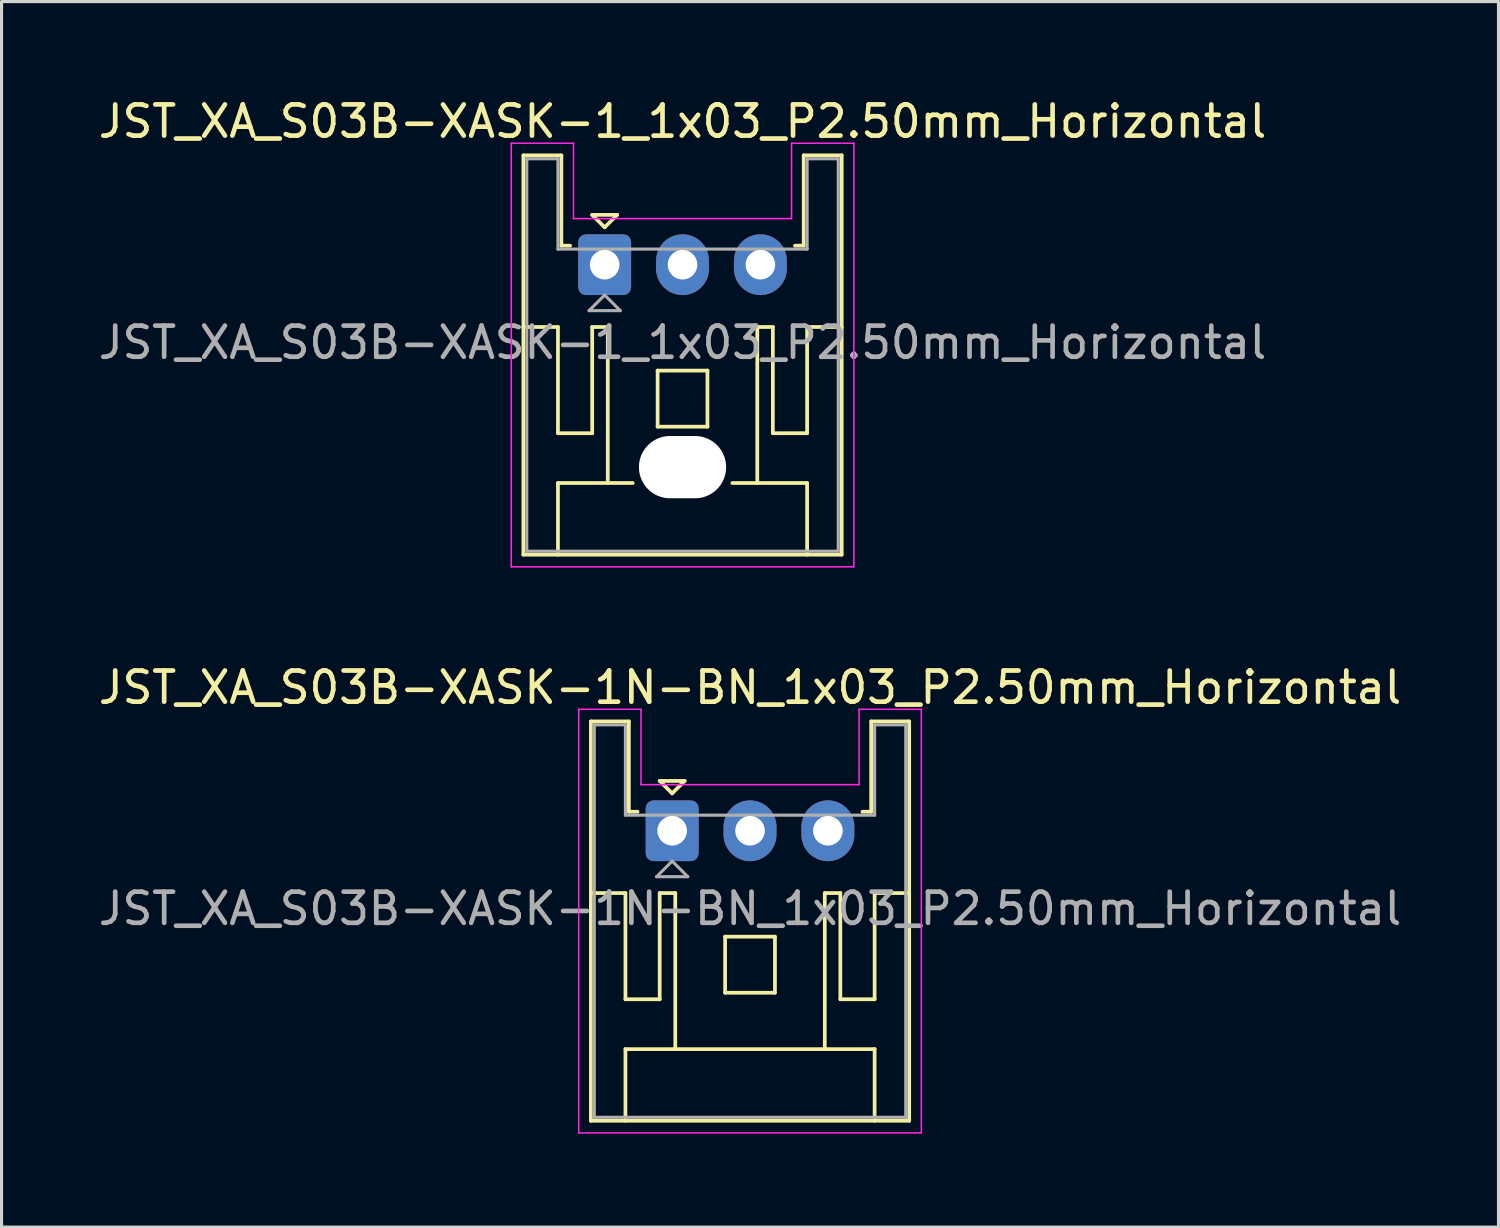
<source format=kicad_pcb>
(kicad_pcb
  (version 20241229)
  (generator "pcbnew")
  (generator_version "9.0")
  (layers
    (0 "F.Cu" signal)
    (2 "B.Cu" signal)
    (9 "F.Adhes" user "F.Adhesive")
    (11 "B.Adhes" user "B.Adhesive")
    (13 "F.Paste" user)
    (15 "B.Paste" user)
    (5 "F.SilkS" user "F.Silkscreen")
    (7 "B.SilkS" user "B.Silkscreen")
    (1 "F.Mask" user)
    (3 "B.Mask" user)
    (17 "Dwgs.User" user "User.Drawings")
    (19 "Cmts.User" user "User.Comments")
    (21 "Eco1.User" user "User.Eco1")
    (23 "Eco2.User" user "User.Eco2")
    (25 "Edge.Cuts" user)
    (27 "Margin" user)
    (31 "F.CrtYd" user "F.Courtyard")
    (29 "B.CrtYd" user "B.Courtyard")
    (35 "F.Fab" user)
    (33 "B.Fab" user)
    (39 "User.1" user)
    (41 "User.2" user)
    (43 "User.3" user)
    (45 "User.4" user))
  (footprint "JST_XA_S03B-XASK-1_1x03_P2.50mm_Horizontal"
    (layer "F.Cu")
    (at 16.363 5.448)
    (property "Reference" "JST_XA_S03B-XASK-1_1x03_P2.50mm_Horizontal" (at 2.5 -4.6 0) (layer "F.SilkS") (effects (font (size 1 1) (thickness 0.15))))
    (attr through_hole)
    (fp_line (start -2.61 -3.51) (end -2.61 9.31) (stroke (width 0.12) (type solid)) (layer "F.SilkS"))
    (fp_line (start -2.61 9.31) (end 7.61 9.31) (stroke (width 0.12) (type solid)) (layer "F.SilkS"))
    (fp_line (start -1.5 2) (end -2.61 2) (stroke (width 0.12) (type solid)) (layer "F.SilkS"))
    (fp_line (start -1.5 5.41) (end -1.5 2) (stroke (width 0.12) (type solid)) (layer "F.SilkS"))
    (fp_line (start -1.5 7.01) (end 0.9 7.01) (stroke (width 0.12) (type solid)) (layer "F.SilkS"))
    (fp_line (start -1.5 9.31) (end -1.5 7.01) (stroke (width 0.12) (type solid)) (layer "F.SilkS"))
    (fp_line (start -1.39 -3.51) (end -2.61 -3.51) (stroke (width 0.12) (type solid)) (layer "F.SilkS"))
    (fp_line (start -1.39 -0.61) (end -1.39 -3.51) (stroke (width 0.12) (type solid)) (layer "F.SilkS"))
    (fp_line (start -1.11 -0.61) (end -1.39 -0.61) (stroke (width 0.12) (type solid)) (layer "F.SilkS"))
    (fp_line (start -0.4 -1.6) (end 0.4 -1.6) (stroke (width 0.12) (type solid)) (layer "F.SilkS"))
    (fp_line (start -0.4 2) (end -0.4 5.41) (stroke (width 0.12) (type solid)) (layer "F.SilkS"))
    (fp_line (start -0.4 5.41) (end -1.5 5.41) (stroke (width 0.12) (type solid)) (layer "F.SilkS"))
    (fp_line (start 0 -1.2) (end -0.4 -1.6) (stroke (width 0.12) (type solid)) (layer "F.SilkS"))
    (fp_line (start 0.1 2) (end -0.4 2) (stroke (width 0.12) (type solid)) (layer "F.SilkS"))
    (fp_line (start 0.1 7.01) (end 0.1 2) (stroke (width 0.12) (type solid)) (layer "F.SilkS"))
    (fp_line (start 0.4 -1.6) (end 0 -1.2) (stroke (width 0.12) (type solid)) (layer "F.SilkS"))
    (fp_line (start 1.7 3.4) (end 3.3 3.4) (stroke (width 0.12) (type solid)) (layer "F.SilkS"))
    (fp_line (start 1.7 5.2) (end 1.7 3.4) (stroke (width 0.12) (type solid)) (layer "F.SilkS"))
    (fp_line (start 3.3 3.4) (end 3.3 5.2) (stroke (width 0.12) (type solid)) (layer "F.SilkS"))
    (fp_line (start 3.3 5.2) (end 1.7 5.2) (stroke (width 0.12) (type solid)) (layer "F.SilkS"))
    (fp_line (start 4.1 7.01) (end 6.5 7.01) (stroke (width 0.12) (type solid)) (layer "F.SilkS"))
    (fp_line (start 4.9 2) (end 5.4 2) (stroke (width 0.12) (type solid)) (layer "F.SilkS"))
    (fp_line (start 4.9 7.01) (end 4.9 2) (stroke (width 0.12) (type solid)) (layer "F.SilkS"))
    (fp_line (start 5.4 2) (end 5.4 5.41) (stroke (width 0.12) (type solid)) (layer "F.SilkS"))
    (fp_line (start 5.4 5.41) (end 6.5 5.41) (stroke (width 0.12) (type solid)) (layer "F.SilkS"))
    (fp_line (start 6.39 -3.51) (end 6.39 -0.61) (stroke (width 0.12) (type solid)) (layer "F.SilkS"))
    (fp_line (start 6.39 -0.61) (end 6.11 -0.61) (stroke (width 0.12) (type solid)) (layer "F.SilkS"))
    (fp_line (start 6.5 2) (end 7.61 2) (stroke (width 0.12) (type solid)) (layer "F.SilkS"))
    (fp_line (start 6.5 5.41) (end 6.5 2) (stroke (width 0.12) (type solid)) (layer "F.SilkS"))
    (fp_line (start 6.5 7.01) (end 6.5 9.31) (stroke (width 0.12) (type solid)) (layer "F.SilkS"))
    (fp_line (start 7.61 -3.51) (end 6.39 -3.51) (stroke (width 0.12) (type solid)) (layer "F.SilkS"))
    (fp_line (start 7.61 9.31) (end 7.61 -3.51) (stroke (width 0.12) (type solid)) (layer "F.SilkS"))
    (fp_line (start -3 -3.9) (end -3 9.7) (stroke (width 0.05) (type solid)) (layer "F.CrtYd"))
    (fp_line (start -3 9.7) (end 8 9.7) (stroke (width 0.05) (type solid)) (layer "F.CrtYd"))
    (fp_line (start -1 -3.9) (end -3 -3.9) (stroke (width 0.05) (type solid)) (layer "F.CrtYd"))
    (fp_line (start -1 -1.48) (end -1 -3.9) (stroke (width 0.05) (type solid)) (layer "F.CrtYd"))
    (fp_line (start 6 -3.9) (end 6 -1.48) (stroke (width 0.05) (type solid)) (layer "F.CrtYd"))
    (fp_line (start 6 -1.48) (end -1 -1.48) (stroke (width 0.05) (type solid)) (layer "F.CrtYd"))
    (fp_line (start 8 -3.9) (end 6 -3.9) (stroke (width 0.05) (type solid)) (layer "F.CrtYd"))
    (fp_line (start 8 9.7) (end 8 -3.9) (stroke (width 0.05) (type solid)) (layer "F.CrtYd"))
    (fp_line (start -2.5 -3.4) (end -2.5 9.2) (stroke (width 0.1) (type solid)) (layer "F.Fab"))
    (fp_line (start -2.5 9.2) (end 7.5 9.2) (stroke (width 0.1) (type solid)) (layer "F.Fab"))
    (fp_line (start -1.5 -3.4) (end -2.5 -3.4) (stroke (width 0.1) (type solid)) (layer "F.Fab"))
    (fp_line (start -1.5 -0.5) (end -1.5 -3.4) (stroke (width 0.1) (type solid)) (layer "F.Fab"))
    (fp_line (start -0.5 1.475) (end 0.5 1.475) (stroke (width 0.1) (type solid)) (layer "F.Fab"))
    (fp_line (start 0 0.975) (end -0.5 1.475) (stroke (width 0.1) (type solid)) (layer "F.Fab"))
    (fp_line (start 0.5 1.475) (end 0 0.975) (stroke (width 0.1) (type solid)) (layer "F.Fab"))
    (fp_line (start 6.5 -3.4) (end 6.5 -0.5) (stroke (width 0.1) (type solid)) (layer "F.Fab"))
    (fp_line (start 6.5 -0.5) (end -1.5 -0.5) (stroke (width 0.1) (type solid)) (layer "F.Fab"))
    (fp_line (start 7.5 -3.4) (end 6.5 -3.4) (stroke (width 0.1) (type solid)) (layer "F.Fab"))
    (fp_line (start 7.5 9.2) (end 7.5 -3.4) (stroke (width 0.1) (type solid)) (layer "F.Fab"))
    (fp_text user "${REFERENCE}" (at 2.5 2.5 0) (layer "F.Fab") (effects (font (size 1 1) (thickness 0.15))))
    (pad "" np_thru_hole oval (at 2.5 6.5) (size 2.8 2) (drill oval 2.8 2) (layers "*.Cu" "*.Mask"))
    (pad "1" thru_hole roundrect (at 0 0) (size 1.7 1.95) (drill 0.95) (layers "*.Cu" "*.Mask") (roundrect_rratio 0.147))
    (pad "2" thru_hole oval (at 2.5 0) (size 1.7 1.95) (drill 0.95) (layers "*.Cu" "*.Mask"))
    (pad "3" thru_hole oval (at 5 0) (size 1.7 1.95) (drill 0.95) (layers "*.Cu" "*.Mask")))
  (footprint "JST_XA_S03B-XASK-1N-BN_1x03_P2.50mm_Horizontal"
    (layer "F.Cu")
    (at 18.53 23.622)
    (property "Reference" "JST_XA_S03B-XASK-1N-BN_1x03_P2.50mm_Horizontal" (at 2.5 -4.6 0) (layer "F.SilkS") (effects (font (size 1 1) (thickness 0.15))))
    (attr through_hole)
    (fp_line (start -2.61 -3.51) (end -2.61 9.31) (stroke (width 0.12) (type solid)) (layer "F.SilkS"))
    (fp_line (start -2.61 9.31) (end 7.61 9.31) (stroke (width 0.12) (type solid)) (layer "F.SilkS"))
    (fp_line (start -1.5 2) (end -2.61 2) (stroke (width 0.12) (type solid)) (layer "F.SilkS"))
    (fp_line (start -1.5 5.41) (end -1.5 2) (stroke (width 0.12) (type solid)) (layer "F.SilkS"))
    (fp_line (start -1.5 7.01) (end 6.5 7.01) (stroke (width 0.12) (type solid)) (layer "F.SilkS"))
    (fp_line (start -1.5 9.31) (end -1.5 7.01) (stroke (width 0.12) (type solid)) (layer "F.SilkS"))
    (fp_line (start -1.39 -3.51) (end -2.61 -3.51) (stroke (width 0.12) (type solid)) (layer "F.SilkS"))
    (fp_line (start -1.39 -0.61) (end -1.39 -3.51) (stroke (width 0.12) (type solid)) (layer "F.SilkS"))
    (fp_line (start -1.11 -0.61) (end -1.39 -0.61) (stroke (width 0.12) (type solid)) (layer "F.SilkS"))
    (fp_line (start -0.4 -1.6) (end 0.4 -1.6) (stroke (width 0.12) (type solid)) (layer "F.SilkS"))
    (fp_line (start -0.4 2) (end -0.4 5.41) (stroke (width 0.12) (type solid)) (layer "F.SilkS"))
    (fp_line (start -0.4 5.41) (end -1.5 5.41) (stroke (width 0.12) (type solid)) (layer "F.SilkS"))
    (fp_line (start 0 -1.2) (end -0.4 -1.6) (stroke (width 0.12) (type solid)) (layer "F.SilkS"))
    (fp_line (start 0.1 2) (end -0.4 2) (stroke (width 0.12) (type solid)) (layer "F.SilkS"))
    (fp_line (start 0.1 7.01) (end 0.1 2) (stroke (width 0.12) (type solid)) (layer "F.SilkS"))
    (fp_line (start 0.4 -1.6) (end 0 -1.2) (stroke (width 0.12) (type solid)) (layer "F.SilkS"))
    (fp_line (start 1.7 3.4) (end 3.3 3.4) (stroke (width 0.12) (type solid)) (layer "F.SilkS"))
    (fp_line (start 1.7 5.2) (end 1.7 3.4) (stroke (width 0.12) (type solid)) (layer "F.SilkS"))
    (fp_line (start 3.3 3.4) (end 3.3 5.2) (stroke (width 0.12) (type solid)) (layer "F.SilkS"))
    (fp_line (start 3.3 5.2) (end 1.7 5.2) (stroke (width 0.12) (type solid)) (layer "F.SilkS"))
    (fp_line (start 4.9 2) (end 5.4 2) (stroke (width 0.12) (type solid)) (layer "F.SilkS"))
    (fp_line (start 4.9 7.01) (end 4.9 2) (stroke (width 0.12) (type solid)) (layer "F.SilkS"))
    (fp_line (start 5.4 2) (end 5.4 5.41) (stroke (width 0.12) (type solid)) (layer "F.SilkS"))
    (fp_line (start 5.4 5.41) (end 6.5 5.41) (stroke (width 0.12) (type solid)) (layer "F.SilkS"))
    (fp_line (start 6.39 -3.51) (end 6.39 -0.61) (stroke (width 0.12) (type solid)) (layer "F.SilkS"))
    (fp_line (start 6.39 -0.61) (end 6.11 -0.61) (stroke (width 0.12) (type solid)) (layer "F.SilkS"))
    (fp_line (start 6.5 2) (end 7.61 2) (stroke (width 0.12) (type solid)) (layer "F.SilkS"))
    (fp_line (start 6.5 5.41) (end 6.5 2) (stroke (width 0.12) (type solid)) (layer "F.SilkS"))
    (fp_line (start 6.5 7.01) (end 6.5 9.31) (stroke (width 0.12) (type solid)) (layer "F.SilkS"))
    (fp_line (start 7.61 -3.51) (end 6.39 -3.51) (stroke (width 0.12) (type solid)) (layer "F.SilkS"))
    (fp_line (start 7.61 9.31) (end 7.61 -3.51) (stroke (width 0.12) (type solid)) (layer "F.SilkS"))
    (fp_line (start -3 -3.9) (end -3 9.7) (stroke (width 0.05) (type solid)) (layer "F.CrtYd"))
    (fp_line (start -3 9.7) (end 8 9.7) (stroke (width 0.05) (type solid)) (layer "F.CrtYd"))
    (fp_line (start -1 -3.9) (end -3 -3.9) (stroke (width 0.05) (type solid)) (layer "F.CrtYd"))
    (fp_line (start -1 -1.48) (end -1 -3.9) (stroke (width 0.05) (type solid)) (layer "F.CrtYd"))
    (fp_line (start 6 -3.9) (end 6 -1.48) (stroke (width 0.05) (type solid)) (layer "F.CrtYd"))
    (fp_line (start 6 -1.48) (end -1 -1.48) (stroke (width 0.05) (type solid)) (layer "F.CrtYd"))
    (fp_line (start 8 -3.9) (end 6 -3.9) (stroke (width 0.05) (type solid)) (layer "F.CrtYd"))
    (fp_line (start 8 9.7) (end 8 -3.9) (stroke (width 0.05) (type solid)) (layer "F.CrtYd"))
    (fp_line (start -2.5 -3.4) (end -2.5 9.2) (stroke (width 0.1) (type solid)) (layer "F.Fab"))
    (fp_line (start -2.5 9.2) (end 7.5 9.2) (stroke (width 0.1) (type solid)) (layer "F.Fab"))
    (fp_line (start -1.5 -3.4) (end -2.5 -3.4) (stroke (width 0.1) (type solid)) (layer "F.Fab"))
    (fp_line (start -1.5 -0.5) (end -1.5 -3.4) (stroke (width 0.1) (type solid)) (layer "F.Fab"))
    (fp_line (start -0.5 1.475) (end 0.5 1.475) (stroke (width 0.1) (type solid)) (layer "F.Fab"))
    (fp_line (start 0 0.975) (end -0.5 1.475) (stroke (width 0.1) (type solid)) (layer "F.Fab"))
    (fp_line (start 0.5 1.475) (end 0 0.975) (stroke (width 0.1) (type solid)) (layer "F.Fab"))
    (fp_line (start 6.5 -3.4) (end 6.5 -0.5) (stroke (width 0.1) (type solid)) (layer "F.Fab"))
    (fp_line (start 6.5 -0.5) (end -1.5 -0.5) (stroke (width 0.1) (type solid)) (layer "F.Fab"))
    (fp_line (start 7.5 -3.4) (end 6.5 -3.4) (stroke (width 0.1) (type solid)) (layer "F.Fab"))
    (fp_line (start 7.5 9.2) (end 7.5 -3.4) (stroke (width 0.1) (type solid)) (layer "F.Fab"))
    (fp_text user "${REFERENCE}" (at 2.5 2.5 0) (layer "F.Fab") (effects (font (size 1 1) (thickness 0.15))))
    (pad "1" thru_hole roundrect (at 0 0) (size 1.7 1.95) (drill 0.95) (layers "*.Cu" "*.Mask") (roundrect_rratio 0.147))
    (pad "2" thru_hole oval (at 2.5 0) (size 1.7 1.95) (drill 0.95) (layers "*.Cu" "*.Mask"))
    (pad "3" thru_hole oval (at 5 0) (size 1.7 1.95) (drill 0.95) (layers "*.Cu" "*.Mask")))
  (gr_rect
    (start -3 -3)
    (end 45.06 36.346)
    (stroke (width 0.1) (type default))
    (fill no)
    (layer "Edge.Cuts")))
</source>
